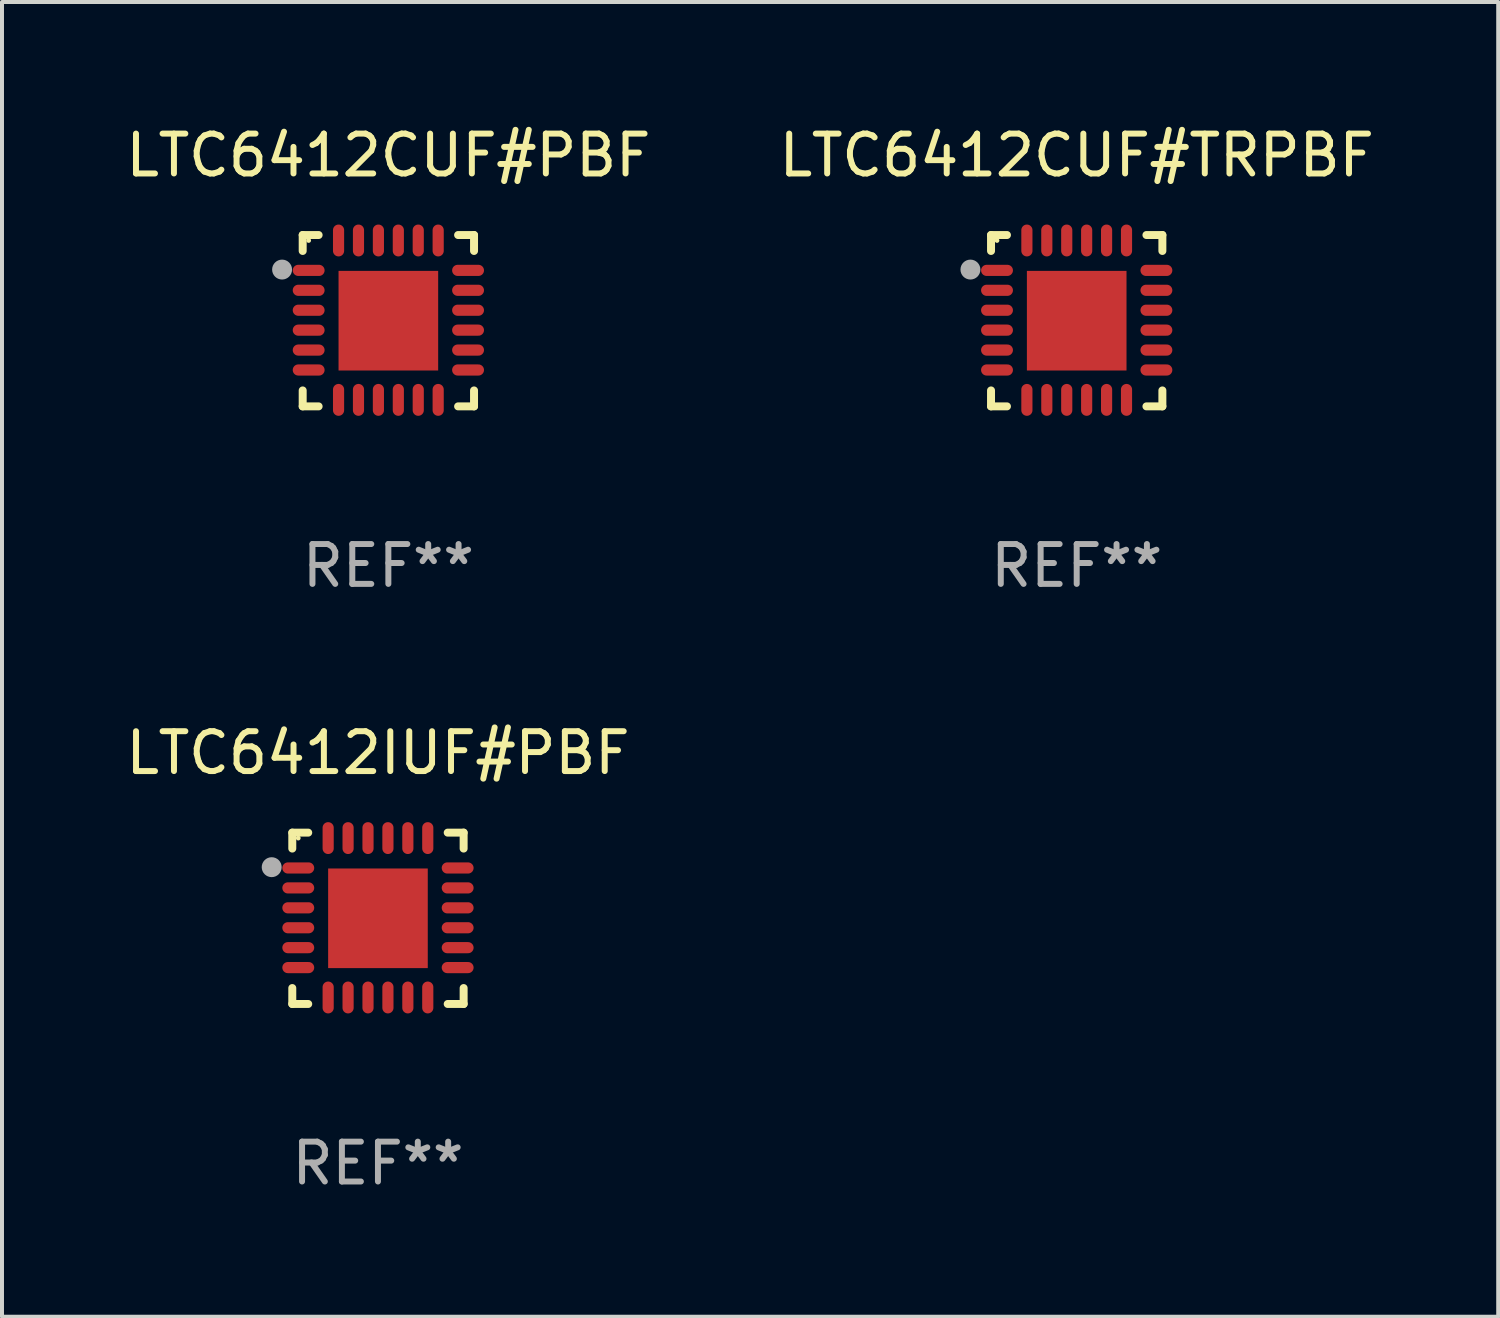
<source format=kicad_pcb>
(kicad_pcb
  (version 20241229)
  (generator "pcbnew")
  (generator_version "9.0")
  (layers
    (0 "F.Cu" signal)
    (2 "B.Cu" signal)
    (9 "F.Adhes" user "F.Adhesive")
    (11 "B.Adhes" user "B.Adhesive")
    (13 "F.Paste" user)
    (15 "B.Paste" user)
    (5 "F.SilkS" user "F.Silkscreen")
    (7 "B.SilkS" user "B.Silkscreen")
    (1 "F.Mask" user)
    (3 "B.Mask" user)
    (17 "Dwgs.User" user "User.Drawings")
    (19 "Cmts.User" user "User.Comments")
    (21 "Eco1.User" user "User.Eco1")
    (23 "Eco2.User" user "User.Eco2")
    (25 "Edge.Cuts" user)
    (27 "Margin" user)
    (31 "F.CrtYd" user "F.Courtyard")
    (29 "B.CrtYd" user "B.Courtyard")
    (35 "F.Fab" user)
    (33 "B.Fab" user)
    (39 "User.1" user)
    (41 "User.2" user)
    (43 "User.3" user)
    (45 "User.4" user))
  (footprint "LTC6412IUF#PBF"
    (layer "F.Cu")
    (at 6.435 19.995)
    (property "Reference" "LTC6412IUF#PBF" (at 0 -4.15 0) (layer "F.SilkS") (effects (font (size 1 1) (thickness 0.15))))
    (attr through_hole)
    (fp_line (start -2.15 -2.15) (end -1.75 -2.15) (stroke (width 0.2) (type solid)) (layer "F.SilkS"))
    (fp_line (start -2.15 -1.75) (end -2.15 -2.15) (stroke (width 0.2) (type solid)) (layer "F.SilkS"))
    (fp_line (start -2.15 2.15) (end -2.15 1.75) (stroke (width 0.2) (type solid)) (layer "F.SilkS"))
    (fp_line (start -1.75 2.15) (end -2.15 2.15) (stroke (width 0.2) (type solid)) (layer "F.SilkS"))
    (fp_line (start 1.75 -2.15) (end 2.15 -2.15) (stroke (width 0.2) (type solid)) (layer "F.SilkS"))
    (fp_line (start 1.75 2.15) (end 2.15 2.15) (stroke (width 0.2) (type solid)) (layer "F.SilkS"))
    (fp_line (start 2.15 -2.15) (end 2.15 -1.75) (stroke (width 0.2) (type solid)) (layer "F.SilkS"))
    (fp_line (start 2.15 2.15) (end 2.15 1.75) (stroke (width 0.2) (type solid)) (layer "F.SilkS"))
    (fp_circle (center -2 -2.013) (end -1.97 -2.013) (stroke (width 0.06) (type solid)) (fill no) (layer "F.SilkS"))
    (fp_circle (center -2.667 -1.283) (end -2.542 -1.283) (stroke (width 0.25) (type solid)) (fill no) (layer "F.Fab"))
    (fp_text user "REF**" (at 0 6.15 0) (layer "F.Fab") (effects (font (size 1 1) (thickness 0.15))))
    (pad "1" smd oval (at -2 -1.263) (size 0.8 0.28) (layers "F.Cu" "F.Mask" "F.Paste"))
    (pad "2" smd oval (at -2 -0.763) (size 0.8 0.28) (layers "F.Cu" "F.Mask" "F.Paste"))
    (pad "3" smd oval (at -2 -0.263) (size 0.8 0.28) (layers "F.Cu" "F.Mask" "F.Paste"))
    (pad "4" smd oval (at -2 0.237) (size 0.8 0.28) (layers "F.Cu" "F.Mask" "F.Paste"))
    (pad "5" smd oval (at -2 0.737) (size 0.8 0.28) (layers "F.Cu" "F.Mask" "F.Paste"))
    (pad "6" smd oval (at -2 1.237) (size 0.8 0.28) (layers "F.Cu" "F.Mask" "F.Paste"))
    (pad "7" smd oval (at -1.25 1.987) (size 0.28 0.8) (layers "F.Cu" "F.Mask" "F.Paste"))
    (pad "8" smd oval (at -0.75 1.987) (size 0.28 0.8) (layers "F.Cu" "F.Mask" "F.Paste"))
    (pad "9" smd oval (at -0.25 1.987) (size 0.28 0.8) (layers "F.Cu" "F.Mask" "F.Paste"))
    (pad "10" smd oval (at 0.25 1.987) (size 0.28 0.8) (layers "F.Cu" "F.Mask" "F.Paste"))
    (pad "11" smd oval (at 0.75 1.987) (size 0.28 0.8) (layers "F.Cu" "F.Mask" "F.Paste"))
    (pad "12" smd oval (at 1.25 1.987) (size 0.28 0.8) (layers "F.Cu" "F.Mask" "F.Paste"))
    (pad "13" smd oval (at 2 1.237) (size 0.8 0.28) (layers "F.Cu" "F.Mask" "F.Paste"))
    (pad "14" smd oval (at 2 0.737) (size 0.8 0.28) (layers "F.Cu" "F.Mask" "F.Paste"))
    (pad "15" smd oval (at 2 0.237) (size 0.8 0.28) (layers "F.Cu" "F.Mask" "F.Paste"))
    (pad "16" smd oval (at 2 -0.263) (size 0.8 0.28) (layers "F.Cu" "F.Mask" "F.Paste"))
    (pad "17" smd oval (at 2 -0.763) (size 0.8 0.28) (layers "F.Cu" "F.Mask" "F.Paste"))
    (pad "18" smd oval (at 2 -1.263) (size 0.8 0.28) (layers "F.Cu" "F.Mask" "F.Paste"))
    (pad "19" smd oval (at 1.25 -2.013) (size 0.28 0.8) (layers "F.Cu" "F.Mask" "F.Paste"))
    (pad "20" smd oval (at 0.75 -2.013) (size 0.28 0.8) (layers "F.Cu" "F.Mask" "F.Paste"))
    (pad "21" smd oval (at 0.25 -2.013) (size 0.28 0.8) (layers "F.Cu" "F.Mask" "F.Paste"))
    (pad "22" smd oval (at -0.25 -2.013) (size 0.28 0.8) (layers "F.Cu" "F.Mask" "F.Paste"))
    (pad "23" smd oval (at -0.75 -2.013) (size 0.28 0.8) (layers "F.Cu" "F.Mask" "F.Paste"))
    (pad "24" smd oval (at -1.25 -2.013) (size 0.28 0.8) (layers "F.Cu" "F.Mask" "F.Paste"))
    (pad "25" smd rect (at -0.000127 -0.00014) (size 2.5 2.5) (layers "F.Cu" "F.Mask" "F.Paste")))
  (footprint "LTC6412CUF#TRPBF"
    (layer "F.Cu")
    (at 23.97 4.998)
    (property "Reference" "LTC6412CUF#TRPBF" (at 0 -4.15 0) (layer "F.SilkS") (effects (font (size 1 1) (thickness 0.15))))
    (attr through_hole)
    (fp_line (start -2.15 -2.15) (end -1.75 -2.15) (stroke (width 0.2) (type solid)) (layer "F.SilkS"))
    (fp_line (start -2.15 -1.75) (end -2.15 -2.15) (stroke (width 0.2) (type solid)) (layer "F.SilkS"))
    (fp_line (start -2.15 2.15) (end -2.15 1.75) (stroke (width 0.2) (type solid)) (layer "F.SilkS"))
    (fp_line (start -1.75 2.15) (end -2.15 2.15) (stroke (width 0.2) (type solid)) (layer "F.SilkS"))
    (fp_line (start 1.75 -2.15) (end 2.15 -2.15) (stroke (width 0.2) (type solid)) (layer "F.SilkS"))
    (fp_line (start 1.75 2.15) (end 2.15 2.15) (stroke (width 0.2) (type solid)) (layer "F.SilkS"))
    (fp_line (start 2.15 -2.15) (end 2.15 -1.75) (stroke (width 0.2) (type solid)) (layer "F.SilkS"))
    (fp_line (start 2.15 2.15) (end 2.15 1.75) (stroke (width 0.2) (type solid)) (layer "F.SilkS"))
    (fp_circle (center -2 -2.013) (end -1.97 -2.013) (stroke (width 0.06) (type solid)) (fill no) (layer "F.SilkS"))
    (fp_circle (center -2.667 -1.283) (end -2.542 -1.283) (stroke (width 0.25) (type solid)) (fill no) (layer "F.Fab"))
    (fp_text user "REF**" (at 0 6.15 0) (layer "F.Fab") (effects (font (size 1 1) (thickness 0.15))))
    (pad "1" smd oval (at -2 -1.263) (size 0.8 0.28) (layers "F.Cu" "F.Mask" "F.Paste"))
    (pad "2" smd oval (at -2 -0.763) (size 0.8 0.28) (layers "F.Cu" "F.Mask" "F.Paste"))
    (pad "3" smd oval (at -2 -0.263) (size 0.8 0.28) (layers "F.Cu" "F.Mask" "F.Paste"))
    (pad "4" smd oval (at -2 0.237) (size 0.8 0.28) (layers "F.Cu" "F.Mask" "F.Paste"))
    (pad "5" smd oval (at -2 0.737) (size 0.8 0.28) (layers "F.Cu" "F.Mask" "F.Paste"))
    (pad "6" smd oval (at -2 1.237) (size 0.8 0.28) (layers "F.Cu" "F.Mask" "F.Paste"))
    (pad "7" smd oval (at -1.25 1.987) (size 0.28 0.8) (layers "F.Cu" "F.Mask" "F.Paste"))
    (pad "8" smd oval (at -0.75 1.987) (size 0.28 0.8) (layers "F.Cu" "F.Mask" "F.Paste"))
    (pad "9" smd oval (at -0.25 1.987) (size 0.28 0.8) (layers "F.Cu" "F.Mask" "F.Paste"))
    (pad "10" smd oval (at 0.25 1.987) (size 0.28 0.8) (layers "F.Cu" "F.Mask" "F.Paste"))
    (pad "11" smd oval (at 0.75 1.987) (size 0.28 0.8) (layers "F.Cu" "F.Mask" "F.Paste"))
    (pad "12" smd oval (at 1.25 1.987) (size 0.28 0.8) (layers "F.Cu" "F.Mask" "F.Paste"))
    (pad "13" smd oval (at 2 1.237) (size 0.8 0.28) (layers "F.Cu" "F.Mask" "F.Paste"))
    (pad "14" smd oval (at 2 0.737) (size 0.8 0.28) (layers "F.Cu" "F.Mask" "F.Paste"))
    (pad "15" smd oval (at 2 0.237) (size 0.8 0.28) (layers "F.Cu" "F.Mask" "F.Paste"))
    (pad "16" smd oval (at 2 -0.263) (size 0.8 0.28) (layers "F.Cu" "F.Mask" "F.Paste"))
    (pad "17" smd oval (at 2 -0.763) (size 0.8 0.28) (layers "F.Cu" "F.Mask" "F.Paste"))
    (pad "18" smd oval (at 2 -1.263) (size 0.8 0.28) (layers "F.Cu" "F.Mask" "F.Paste"))
    (pad "19" smd oval (at 1.25 -2.013) (size 0.28 0.8) (layers "F.Cu" "F.Mask" "F.Paste"))
    (pad "20" smd oval (at 0.75 -2.013) (size 0.28 0.8) (layers "F.Cu" "F.Mask" "F.Paste"))
    (pad "21" smd oval (at 0.25 -2.013) (size 0.28 0.8) (layers "F.Cu" "F.Mask" "F.Paste"))
    (pad "22" smd oval (at -0.25 -2.013) (size 0.28 0.8) (layers "F.Cu" "F.Mask" "F.Paste"))
    (pad "23" smd oval (at -0.75 -2.013) (size 0.28 0.8) (layers "F.Cu" "F.Mask" "F.Paste"))
    (pad "24" smd oval (at -1.25 -2.013) (size 0.28 0.8) (layers "F.Cu" "F.Mask" "F.Paste"))
    (pad "25" smd rect (at -0.000127 -0.00014) (size 2.5 2.5) (layers "F.Cu" "F.Mask" "F.Paste")))
  (footprint "LTC6412CUF#PBF"
    (layer "F.Cu")
    (at 6.696 4.998)
    (property "Reference" "LTC6412CUF#PBF" (at 0 -4.15 0) (layer "F.SilkS") (effects (font (size 1 1) (thickness 0.15))))
    (attr through_hole)
    (fp_line (start -2.15 -2.15) (end -1.75 -2.15) (stroke (width 0.2) (type solid)) (layer "F.SilkS"))
    (fp_line (start -2.15 -1.75) (end -2.15 -2.15) (stroke (width 0.2) (type solid)) (layer "F.SilkS"))
    (fp_line (start -2.15 2.15) (end -2.15 1.75) (stroke (width 0.2) (type solid)) (layer "F.SilkS"))
    (fp_line (start -1.75 2.15) (end -2.15 2.15) (stroke (width 0.2) (type solid)) (layer "F.SilkS"))
    (fp_line (start 1.75 -2.15) (end 2.15 -2.15) (stroke (width 0.2) (type solid)) (layer "F.SilkS"))
    (fp_line (start 1.75 2.15) (end 2.15 2.15) (stroke (width 0.2) (type solid)) (layer "F.SilkS"))
    (fp_line (start 2.15 -2.15) (end 2.15 -1.75) (stroke (width 0.2) (type solid)) (layer "F.SilkS"))
    (fp_line (start 2.15 2.15) (end 2.15 1.75) (stroke (width 0.2) (type solid)) (layer "F.SilkS"))
    (fp_circle (center -2 -2.013) (end -1.97 -2.013) (stroke (width 0.06) (type solid)) (fill no) (layer "F.SilkS"))
    (fp_circle (center -2.667 -1.283) (end -2.542 -1.283) (stroke (width 0.25) (type solid)) (fill no) (layer "F.Fab"))
    (fp_text user "REF**" (at 0 6.15 0) (layer "F.Fab") (effects (font (size 1 1) (thickness 0.15))))
    (pad "1" smd oval (at -2 -1.263) (size 0.8 0.28) (layers "F.Cu" "F.Mask" "F.Paste"))
    (pad "2" smd oval (at -2 -0.763) (size 0.8 0.28) (layers "F.Cu" "F.Mask" "F.Paste"))
    (pad "3" smd oval (at -2 -0.263) (size 0.8 0.28) (layers "F.Cu" "F.Mask" "F.Paste"))
    (pad "4" smd oval (at -2 0.237) (size 0.8 0.28) (layers "F.Cu" "F.Mask" "F.Paste"))
    (pad "5" smd oval (at -2 0.737) (size 0.8 0.28) (layers "F.Cu" "F.Mask" "F.Paste"))
    (pad "6" smd oval (at -2 1.237) (size 0.8 0.28) (layers "F.Cu" "F.Mask" "F.Paste"))
    (pad "7" smd oval (at -1.25 1.987) (size 0.28 0.8) (layers "F.Cu" "F.Mask" "F.Paste"))
    (pad "8" smd oval (at -0.75 1.987) (size 0.28 0.8) (layers "F.Cu" "F.Mask" "F.Paste"))
    (pad "9" smd oval (at -0.25 1.987) (size 0.28 0.8) (layers "F.Cu" "F.Mask" "F.Paste"))
    (pad "10" smd oval (at 0.25 1.987) (size 0.28 0.8) (layers "F.Cu" "F.Mask" "F.Paste"))
    (pad "11" smd oval (at 0.75 1.987) (size 0.28 0.8) (layers "F.Cu" "F.Mask" "F.Paste"))
    (pad "12" smd oval (at 1.25 1.987) (size 0.28 0.8) (layers "F.Cu" "F.Mask" "F.Paste"))
    (pad "13" smd oval (at 2 1.237) (size 0.8 0.28) (layers "F.Cu" "F.Mask" "F.Paste"))
    (pad "14" smd oval (at 2 0.737) (size 0.8 0.28) (layers "F.Cu" "F.Mask" "F.Paste"))
    (pad "15" smd oval (at 2 0.237) (size 0.8 0.28) (layers "F.Cu" "F.Mask" "F.Paste"))
    (pad "16" smd oval (at 2 -0.263) (size 0.8 0.28) (layers "F.Cu" "F.Mask" "F.Paste"))
    (pad "17" smd oval (at 2 -0.763) (size 0.8 0.28) (layers "F.Cu" "F.Mask" "F.Paste"))
    (pad "18" smd oval (at 2 -1.263) (size 0.8 0.28) (layers "F.Cu" "F.Mask" "F.Paste"))
    (pad "19" smd oval (at 1.25 -2.013) (size 0.28 0.8) (layers "F.Cu" "F.Mask" "F.Paste"))
    (pad "20" smd oval (at 0.75 -2.013) (size 0.28 0.8) (layers "F.Cu" "F.Mask" "F.Paste"))
    (pad "21" smd oval (at 0.25 -2.013) (size 0.28 0.8) (layers "F.Cu" "F.Mask" "F.Paste"))
    (pad "22" smd oval (at -0.25 -2.013) (size 0.28 0.8) (layers "F.Cu" "F.Mask" "F.Paste"))
    (pad "23" smd oval (at -0.75 -2.013) (size 0.28 0.8) (layers "F.Cu" "F.Mask" "F.Paste"))
    (pad "24" smd oval (at -1.25 -2.013) (size 0.28 0.8) (layers "F.Cu" "F.Mask" "F.Paste"))
    (pad "25" smd rect (at -0.000127 -0.00014) (size 2.5 2.5) (layers "F.Cu" "F.Mask" "F.Paste")))
  (gr_rect
    (start -3 -3)
    (end 34.548 29.993)
    (stroke (width 0.1) (type default))
    (fill no)
    (layer "Edge.Cuts")))
</source>
